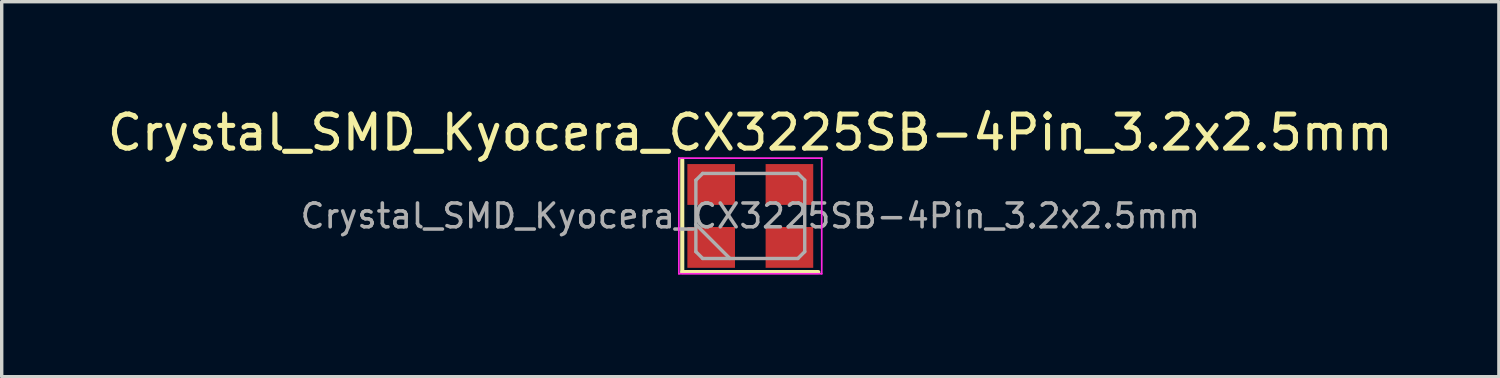
<source format=kicad_pcb>
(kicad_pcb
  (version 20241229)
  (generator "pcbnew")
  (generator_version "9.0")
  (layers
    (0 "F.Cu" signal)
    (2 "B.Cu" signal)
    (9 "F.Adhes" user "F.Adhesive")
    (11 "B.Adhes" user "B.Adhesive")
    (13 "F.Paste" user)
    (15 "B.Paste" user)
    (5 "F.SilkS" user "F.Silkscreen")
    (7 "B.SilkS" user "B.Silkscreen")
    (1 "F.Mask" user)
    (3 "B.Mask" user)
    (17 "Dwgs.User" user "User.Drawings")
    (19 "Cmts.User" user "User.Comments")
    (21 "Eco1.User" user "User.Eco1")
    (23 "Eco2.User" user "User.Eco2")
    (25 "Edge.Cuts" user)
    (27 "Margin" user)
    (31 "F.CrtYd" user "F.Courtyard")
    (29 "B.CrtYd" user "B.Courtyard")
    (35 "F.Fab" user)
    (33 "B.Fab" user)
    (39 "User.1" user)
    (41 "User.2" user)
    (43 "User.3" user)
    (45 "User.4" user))
  (footprint "Crystal_SMD_Kyocera_CX3225SB-4Pin_3.2x2.5mm"
    (layer "F.Cu")
    (at 19.006 3.298)
    (property "Reference" "Crystal_SMD_Kyocera_CX3225SB-4Pin_3.2x2.5mm" (at 0 -2.45 0) (layer "F.SilkS") (effects (font (size 1 1) (thickness 0.15))))
    (attr smd)
    (fp_line (start -2 -1.65) (end -2 1.65) (stroke (width 0.12) (type solid)) (layer "F.SilkS"))
    (fp_line (start -2 1.65) (end 2 1.65) (stroke (width 0.12) (type solid)) (layer "F.SilkS"))
    (fp_line (start -2.1 -1.7) (end -2.1 1.7) (stroke (width 0.05) (type solid)) (layer "F.CrtYd"))
    (fp_line (start -2.1 1.7) (end 2.1 1.7) (stroke (width 0.05) (type solid)) (layer "F.CrtYd"))
    (fp_line (start 2.1 -1.7) (end -2.1 -1.7) (stroke (width 0.05) (type solid)) (layer "F.CrtYd"))
    (fp_line (start 2.1 1.7) (end 2.1 -1.7) (stroke (width 0.05) (type solid)) (layer "F.CrtYd"))
    (fp_line (start -1.6 -1.05) (end -1.4 -1.25) (stroke (width 0.1) (type solid)) (layer "F.Fab"))
    (fp_line (start -1.6 0.25) (end -0.6 1.25) (stroke (width 0.1) (type solid)) (layer "F.Fab"))
    (fp_line (start -1.6 1.05) (end -1.6 -1.05) (stroke (width 0.1) (type solid)) (layer "F.Fab"))
    (fp_line (start -1.4 -1.25) (end 1.4 -1.25) (stroke (width 0.1) (type solid)) (layer "F.Fab"))
    (fp_line (start -1.4 1.25) (end -1.6 1.05) (stroke (width 0.1) (type solid)) (layer "F.Fab"))
    (fp_line (start 1.4 -1.25) (end 1.6 -1.05) (stroke (width 0.1) (type solid)) (layer "F.Fab"))
    (fp_line (start 1.4 1.25) (end -1.4 1.25) (stroke (width 0.1) (type solid)) (layer "F.Fab"))
    (fp_line (start 1.6 -1.05) (end 1.6 1.05) (stroke (width 0.1) (type solid)) (layer "F.Fab"))
    (fp_line (start 1.6 1.05) (end 1.4 1.25) (stroke (width 0.1) (type solid)) (layer "F.Fab"))
    (fp_text user "${REFERENCE}" (at 0 0 0) (layer "F.Fab") (effects (font (size 0.7 0.7) (thickness 0.105))))
    (pad "1" smd rect (at -1.15 0.925) (size 1.4 1.2) (layers "F.Cu" "F.Mask" "F.Paste"))
    (pad "2" smd rect (at 1.15 0.925) (size 1.4 1.2) (layers "F.Cu" "F.Mask" "F.Paste"))
    (pad "3" smd rect (at 1.15 -0.925) (size 1.4 1.2) (layers "F.Cu" "F.Mask" "F.Paste"))
    (pad "4" smd rect (at -1.15 -0.925) (size 1.4 1.2) (layers "F.Cu" "F.Mask" "F.Paste")))
  (gr_rect
    (start -3 -3)
    (end 41.012 8.023)
    (stroke (width 0.1) (type default))
    (fill no)
    (layer "Edge.Cuts")))
</source>
